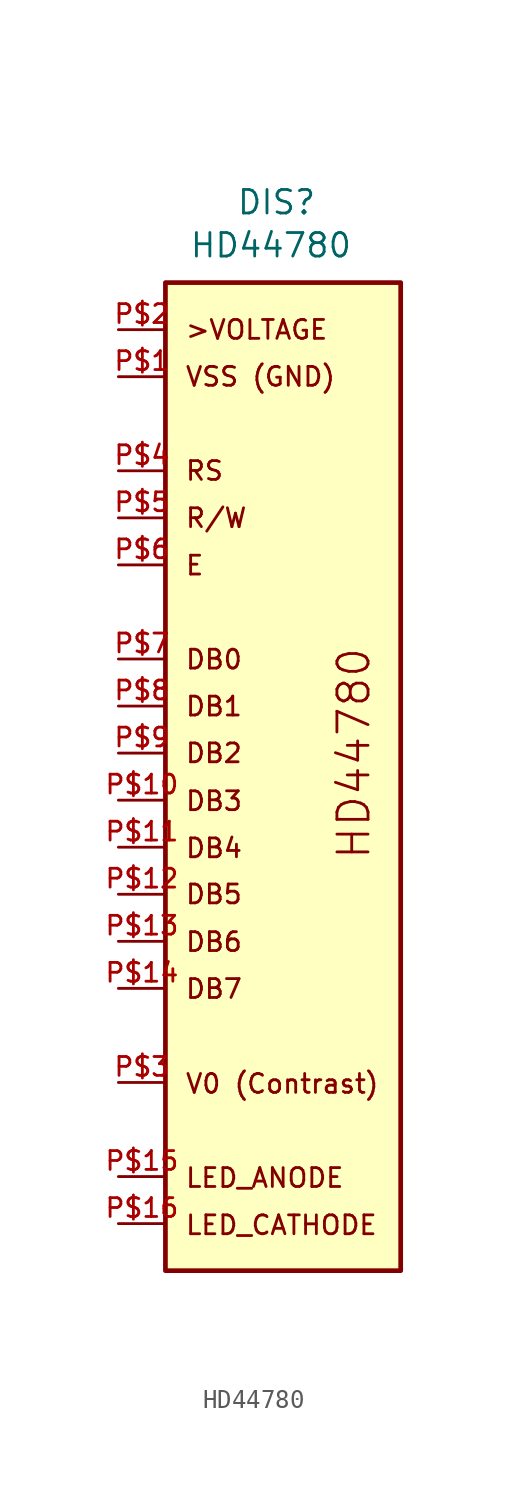
<source format=kicad_sym>
(kicad_symbol_lib
  (version 20220914)
  (generator kicad_symbol_editor)
  (symbol "HD44780"
    (pin_names
      (offset 1.016))
    (property "Reference" "DIS"
      (at 3.81 5.08 0)
      (effects (font (size 1.27 1.27)) (justify left top)))
    (property "Value" "HD44780"
      (at 1.27 1.27 0)
      (effects (font (size 1.27 1.27)) (justify left bottom)))
    (symbol "HD44780_0_0"
      (rectangle (start 0 -53.34) (end 12.7 0) (stroke (width 0.254) (type default)) (fill (type background)))
      (text ">VOLTAGE" (at 1.018 -2.545 0) (effects (font (size 1.018 1.018)) (justify left)))
      (text "DB0" (at 1.017 -20.346 0) (effects (font (size 1.017 1.017)) (justify left)))
      (text "DB1" (at 1.017 -22.879 0) (effects (font (size 1.017 1.017)) (justify left)))
      (text "DB2" (at 1.016 -25.405 0) (effects (font (size 1.016 1.016)) (justify left)))
      (text "DB3" (at 1.018 -27.99 0) (effects (font (size 1.018 1.018)) (justify left)))
      (text "DB4" (at 1.018 -30.533 0) (effects (font (size 1.018 1.018)) (justify left)))
      (text "DB5" (at 1.016 -33.022 0) (effects (font (size 1.016 1.016)) (justify left)))
      (text "DB6" (at 1.017 -35.595 0) (effects (font (size 1.017 1.017)) (justify left)))
      (text "DB7" (at 1.017 -38.128 0) (effects (font (size 1.017 1.017)) (justify left)))
      (text "E" (at 1.018 -15.27 0) (effects (font (size 1.018 1.018)) (justify left)))
      (text "HD44780" (at 10.167 -25.419 900) (effects (font (size 1.678 1.678))))
      (text "LED_ANODE" (at 1.018 -48.332 0) (effects (font (size 1.018 1.018)) (justify left)))
      (text "LED_CATHODE" (at 1.018 -50.882 0) (effects (font (size 1.018 1.018)) (justify left)))
      (text "R/W" (at 1.017 -12.711 0) (effects (font (size 1.017 1.017)) (justify left)))
      (text "RS" (at 1.016 -10.163 0) (effects (font (size 1.016 1.016)) (justify left)))
      (text "V0 (Contrast)" (at 1.018 -43.25 0) (effects (font (size 1.018 1.018)) (justify left)))
      (text "VSS (GND)" (at 1.016 -5.08 0) (effects (font (size 1.016 1.016)) (justify left)))
      (pin bidirectional line (at -2.54 -5.08 0) (length 2.54) (name "~" (effects (font (size 1.016 1.016)))) (number "P$1" (effects (font (size 1.016 1.016)))))
      (pin bidirectional line (at -2.54 -27.94 0) (length 2.54) (name "~" (effects (font (size 1.016 1.016)))) (number "P$10" (effects (font (size 1.016 1.016)))))
      (pin bidirectional line (at -2.54 -30.48 0) (length 2.54) (name "~" (effects (font (size 1.016 1.016)))) (number "P$11" (effects (font (size 1.016 1.016)))))
      (pin bidirectional line (at -2.54 -33.02 0) (length 2.54) (name "~" (effects (font (size 1.016 1.016)))) (number "P$12" (effects (font (size 1.016 1.016)))))
      (pin bidirectional line (at -2.54 -35.56 0) (length 2.54) (name "~" (effects (font (size 1.016 1.016)))) (number "P$13" (effects (font (size 1.016 1.016)))))
      (pin bidirectional line (at -2.54 -38.1 0) (length 2.54) (name "~" (effects (font (size 1.016 1.016)))) (number "P$14" (effects (font (size 1.016 1.016)))))
      (pin bidirectional line (at -2.54 -48.26 0) (length 2.54) (name "~" (effects (font (size 1.016 1.016)))) (number "P$15" (effects (font (size 1.016 1.016)))))
      (pin bidirectional line (at -2.54 -50.8 0) (length 2.54) (name "~" (effects (font (size 1.016 1.016)))) (number "P$16" (effects (font (size 1.016 1.016)))))
      (pin bidirectional line (at -2.54 -2.54 0) (length 2.54) (name "~" (effects (font (size 1.016 1.016)))) (number "P$2" (effects (font (size 1.016 1.016)))))
      (pin bidirectional line (at -2.54 -43.18 0) (length 2.54) (name "~" (effects (font (size 1.016 1.016)))) (number "P$3" (effects (font (size 1.016 1.016)))))
      (pin bidirectional line (at -2.54 -10.16 0) (length 2.54) (name "~" (effects (font (size 1.016 1.016)))) (number "P$4" (effects (font (size 1.016 1.016)))))
      (pin bidirectional line (at -2.54 -12.7 0) (length 2.54) (name "~" (effects (font (size 1.016 1.016)))) (number "P$5" (effects (font (size 1.016 1.016)))))
      (pin bidirectional line (at -2.54 -15.24 0) (length 2.54) (name "~" (effects (font (size 1.016 1.016)))) (number "P$6" (effects (font (size 1.016 1.016)))))
      (pin bidirectional line (at -2.54 -20.32 0) (length 2.54) (name "~" (effects (font (size 1.016 1.016)))) (number "P$7" (effects (font (size 1.016 1.016)))))
      (pin bidirectional line (at -2.54 -22.86 0) (length 2.54) (name "~" (effects (font (size 1.016 1.016)))) (number "P$8" (effects (font (size 1.016 1.016)))))
      (pin bidirectional line (at -2.54 -25.4 0) (length 2.54) (name "~" (effects (font (size 1.016 1.016)))) (number "P$9" (effects (font (size 1.016 1.016))))))))
</source>
